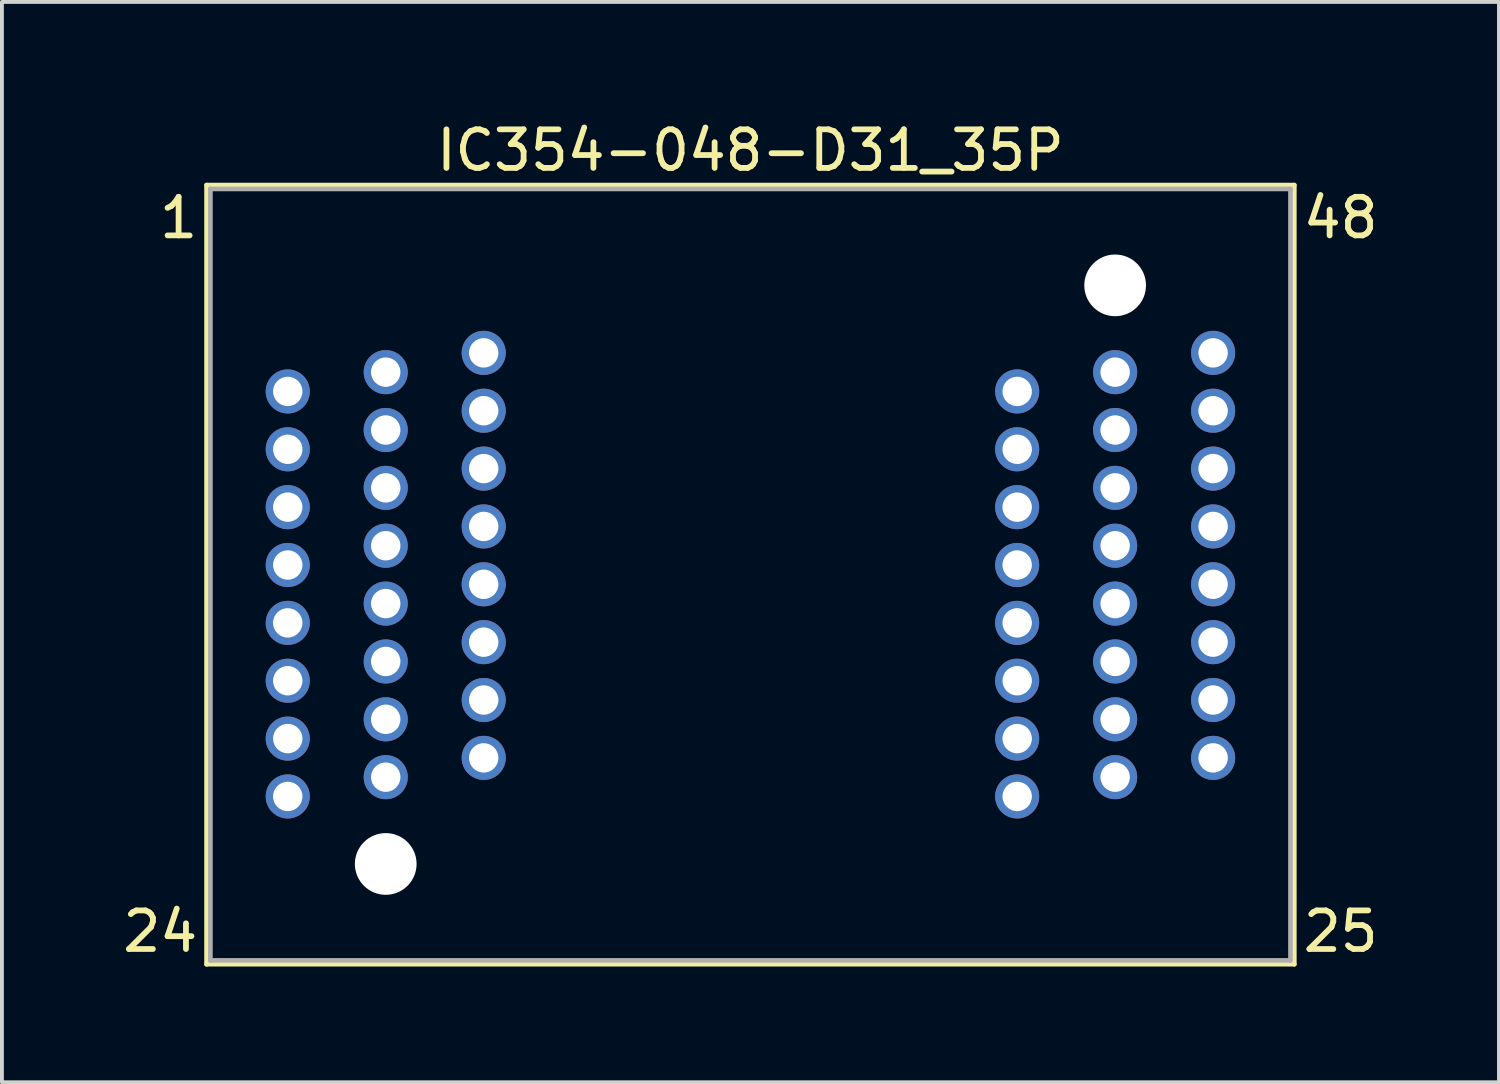
<source format=kicad_pcb>
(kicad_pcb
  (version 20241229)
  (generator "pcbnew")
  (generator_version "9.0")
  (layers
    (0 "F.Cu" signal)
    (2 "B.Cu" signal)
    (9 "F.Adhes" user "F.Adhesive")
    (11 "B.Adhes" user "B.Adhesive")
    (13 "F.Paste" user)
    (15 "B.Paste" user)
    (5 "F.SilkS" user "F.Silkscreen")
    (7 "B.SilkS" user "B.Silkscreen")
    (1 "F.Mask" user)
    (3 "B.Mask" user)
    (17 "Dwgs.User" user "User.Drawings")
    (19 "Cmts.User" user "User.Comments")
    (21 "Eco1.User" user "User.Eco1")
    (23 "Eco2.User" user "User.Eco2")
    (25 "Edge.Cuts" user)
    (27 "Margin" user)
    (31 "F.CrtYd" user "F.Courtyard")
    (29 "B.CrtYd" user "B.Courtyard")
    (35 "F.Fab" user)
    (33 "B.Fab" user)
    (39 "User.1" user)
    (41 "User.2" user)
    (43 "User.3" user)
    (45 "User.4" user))
  (footprint "IC354-048-D31_35P"
    (layer "F.Cu")
    (at 16.405 11.848)
    (property "Reference" "IC354-048-D31_35P" (at 0 -11 0) (layer "F.SilkS") (effects (font (size 1 1) (thickness 0.15))))
    (attr through_hole)
    (fp_line (start -14.1 -10.1) (end -14.1 10.1) (stroke (width 0.12) (type solid)) (layer "F.SilkS"))
    (fp_line (start -14.1 10.1) (end 14.1 10.1) (stroke (width 0.12) (type solid)) (layer "F.SilkS"))
    (fp_line (start 14.1 -10.1) (end -14.1 -10.1) (stroke (width 0.12) (type solid)) (layer "F.SilkS"))
    (fp_line (start 14.1 10.1) (end 14.1 -10.1) (stroke (width 0.12) (type solid)) (layer "F.SilkS"))
    (fp_line (start -14 -10) (end -14 10) (stroke (width 0.12) (type solid)) (layer "F.Fab"))
    (fp_line (start -14 10) (end 14 10) (stroke (width 0.12) (type solid)) (layer "F.Fab"))
    (fp_line (start 14 -10) (end -14 -10) (stroke (width 0.12) (type solid)) (layer "F.Fab"))
    (fp_line (start 14 10) (end 14 -10) (stroke (width 0.12) (type solid)) (layer "F.Fab"))
    (fp_text user "25" (at 14.25 9.25 0) (layer "F.SilkS") (effects (font (size 1 1) (thickness 0.15)) (justify left)))
    (fp_text user "48" (at 14.25 -9.25 0) (layer "F.SilkS") (effects (font (size 1 1) (thickness 0.15)) (justify left)))
    (fp_text user "1" (at -14.25 -9.25 0) (layer "F.SilkS") (effects (font (size 1 1) (thickness 0.15)) (justify right)))
    (fp_text user "24" (at -14.25 9.25 0) (layer "F.SilkS") (effects (font (size 1 1) (thickness 0.15)) (justify right)))
    (pad "" np_thru_hole circle (at -9.455 7.5) (size 1.6 1.6) (drill 1.6) (layers "*.Cu" "*.Mask"))
    (pad "" np_thru_hole circle (at 9.455 -7.5) (size 1.6 1.6) (drill 1.6) (layers "*.Cu" "*.Mask"))
    (pad "1" thru_hole circle (at -6.915 -5.75) (size 1.143 1.143) (drill 0.762) (layers "*.Cu" "*.Mask"))
    (pad "2" thru_hole circle (at -9.455 -5.25) (size 1.143 1.143) (drill 0.762) (layers "*.Cu" "*.Mask"))
    (pad "3" thru_hole circle (at -11.995 -4.75) (size 1.143 1.143) (drill 0.762) (layers "*.Cu" "*.Mask"))
    (pad "4" thru_hole circle (at -6.915 -4.25) (size 1.143 1.143) (drill 0.762) (layers "*.Cu" "*.Mask"))
    (pad "5" thru_hole circle (at -9.455 -3.75) (size 1.143 1.143) (drill 0.762) (layers "*.Cu" "*.Mask"))
    (pad "6" thru_hole circle (at -11.995 -3.25) (size 1.143 1.143) (drill 0.762) (layers "*.Cu" "*.Mask"))
    (pad "7" thru_hole circle (at -6.915 -2.75) (size 1.143 1.143) (drill 0.762) (layers "*.Cu" "*.Mask"))
    (pad "8" thru_hole circle (at -9.455 -2.25) (size 1.143 1.143) (drill 0.762) (layers "*.Cu" "*.Mask"))
    (pad "9" thru_hole circle (at -11.995 -1.75) (size 1.143 1.143) (drill 0.762) (layers "*.Cu" "*.Mask"))
    (pad "10" thru_hole circle (at -6.915 -1.25) (size 1.143 1.143) (drill 0.762) (layers "*.Cu" "*.Mask"))
    (pad "11" thru_hole circle (at -9.455 -0.75) (size 1.143 1.143) (drill 0.762) (layers "*.Cu" "*.Mask"))
    (pad "12" thru_hole circle (at -11.995 -0.25) (size 1.143 1.143) (drill 0.762) (layers "*.Cu" "*.Mask"))
    (pad "13" thru_hole circle (at -6.915 0.25) (size 1.143 1.143) (drill 0.762) (layers "*.Cu" "*.Mask"))
    (pad "14" thru_hole circle (at -9.455 0.75) (size 1.143 1.143) (drill 0.762) (layers "*.Cu" "*.Mask"))
    (pad "15" thru_hole circle (at -11.995 1.25) (size 1.143 1.143) (drill 0.762) (layers "*.Cu" "*.Mask"))
    (pad "16" thru_hole circle (at -6.915 1.75) (size 1.143 1.143) (drill 0.762) (layers "*.Cu" "*.Mask"))
    (pad "17" thru_hole circle (at -9.455 2.25) (size 1.143 1.143) (drill 0.762) (layers "*.Cu" "*.Mask"))
    (pad "18" thru_hole circle (at -11.995 2.75) (size 1.143 1.143) (drill 0.762) (layers "*.Cu" "*.Mask"))
    (pad "19" thru_hole circle (at -6.915 3.25) (size 1.143 1.143) (drill 0.762) (layers "*.Cu" "*.Mask"))
    (pad "20" thru_hole circle (at -9.455 3.75) (size 1.143 1.143) (drill 0.762) (layers "*.Cu" "*.Mask"))
    (pad "21" thru_hole circle (at -11.995 4.25) (size 1.143 1.143) (drill 0.762) (layers "*.Cu" "*.Mask"))
    (pad "22" thru_hole circle (at -6.915 4.75) (size 1.143 1.143) (drill 0.762) (layers "*.Cu" "*.Mask"))
    (pad "23" thru_hole circle (at -9.455 5.25) (size 1.143 1.143) (drill 0.762) (layers "*.Cu" "*.Mask"))
    (pad "24" thru_hole circle (at -11.995 5.75) (size 1.143 1.143) (drill 0.762) (layers "*.Cu" "*.Mask"))
    (pad "25" thru_hole circle (at 6.915 5.75) (size 1.143 1.143) (drill 0.762) (layers "*.Cu" "*.Mask"))
    (pad "26" thru_hole circle (at 9.455 5.25) (size 1.143 1.143) (drill 0.762) (layers "*.Cu" "*.Mask"))
    (pad "27" thru_hole circle (at 11.995 4.75) (size 1.143 1.143) (drill 0.762) (layers "*.Cu" "*.Mask"))
    (pad "28" thru_hole circle (at 6.915 4.25) (size 1.143 1.143) (drill 0.762) (layers "*.Cu" "*.Mask"))
    (pad "29" thru_hole circle (at 9.455 3.75) (size 1.143 1.143) (drill 0.762) (layers "*.Cu" "*.Mask"))
    (pad "30" thru_hole circle (at 11.995 3.25) (size 1.143 1.143) (drill 0.762) (layers "*.Cu" "*.Mask"))
    (pad "31" thru_hole circle (at 6.915 2.75) (size 1.143 1.143) (drill 0.762) (layers "*.Cu" "*.Mask"))
    (pad "32" thru_hole circle (at 9.455 2.25) (size 1.143 1.143) (drill 0.762) (layers "*.Cu" "*.Mask"))
    (pad "33" thru_hole circle (at 11.995 1.75) (size 1.143 1.143) (drill 0.762) (layers "*.Cu" "*.Mask"))
    (pad "34" thru_hole circle (at 6.915 1.25) (size 1.143 1.143) (drill 0.762) (layers "*.Cu" "*.Mask"))
    (pad "35" thru_hole circle (at 9.455 0.75) (size 1.143 1.143) (drill 0.762) (layers "*.Cu" "*.Mask"))
    (pad "36" thru_hole circle (at 11.995 0.25) (size 1.143 1.143) (drill 0.762) (layers "*.Cu" "*.Mask"))
    (pad "37" thru_hole circle (at 6.915 -0.25) (size 1.143 1.143) (drill 0.762) (layers "*.Cu" "*.Mask"))
    (pad "38" thru_hole circle (at 9.455 -0.75) (size 1.143 1.143) (drill 0.762) (layers "*.Cu" "*.Mask"))
    (pad "39" thru_hole circle (at 11.995 -1.25) (size 1.143 1.143) (drill 0.762) (layers "*.Cu" "*.Mask"))
    (pad "40" thru_hole circle (at 6.915 -1.75) (size 1.143 1.143) (drill 0.762) (layers "*.Cu" "*.Mask"))
    (pad "41" thru_hole circle (at 9.455 -2.25) (size 1.143 1.143) (drill 0.762) (layers "*.Cu" "*.Mask"))
    (pad "42" thru_hole circle (at 11.995 -2.75) (size 1.143 1.143) (drill 0.762) (layers "*.Cu" "*.Mask"))
    (pad "43" thru_hole circle (at 6.915 -3.25) (size 1.143 1.143) (drill 0.762) (layers "*.Cu" "*.Mask"))
    (pad "44" thru_hole circle (at 9.455 -3.75) (size 1.143 1.143) (drill 0.762) (layers "*.Cu" "*.Mask"))
    (pad "45" thru_hole circle (at 11.995 -4.25) (size 1.143 1.143) (drill 0.762) (layers "*.Cu" "*.Mask"))
    (pad "46" thru_hole circle (at 6.915 -4.75) (size 1.143 1.143) (drill 0.762) (layers "*.Cu" "*.Mask"))
    (pad "47" thru_hole circle (at 9.455 -5.25) (size 1.143 1.143) (drill 0.762) (layers "*.Cu" "*.Mask"))
    (pad "48" thru_hole circle (at 11.995 -5.75) (size 1.143 1.143) (drill 0.762) (layers "*.Cu" "*.Mask")))
  (gr_rect
    (start -3 -3)
    (end 35.81 25.008)
    (stroke (width 0.1) (type default))
    (fill no)
    (layer "Edge.Cuts")))
</source>
